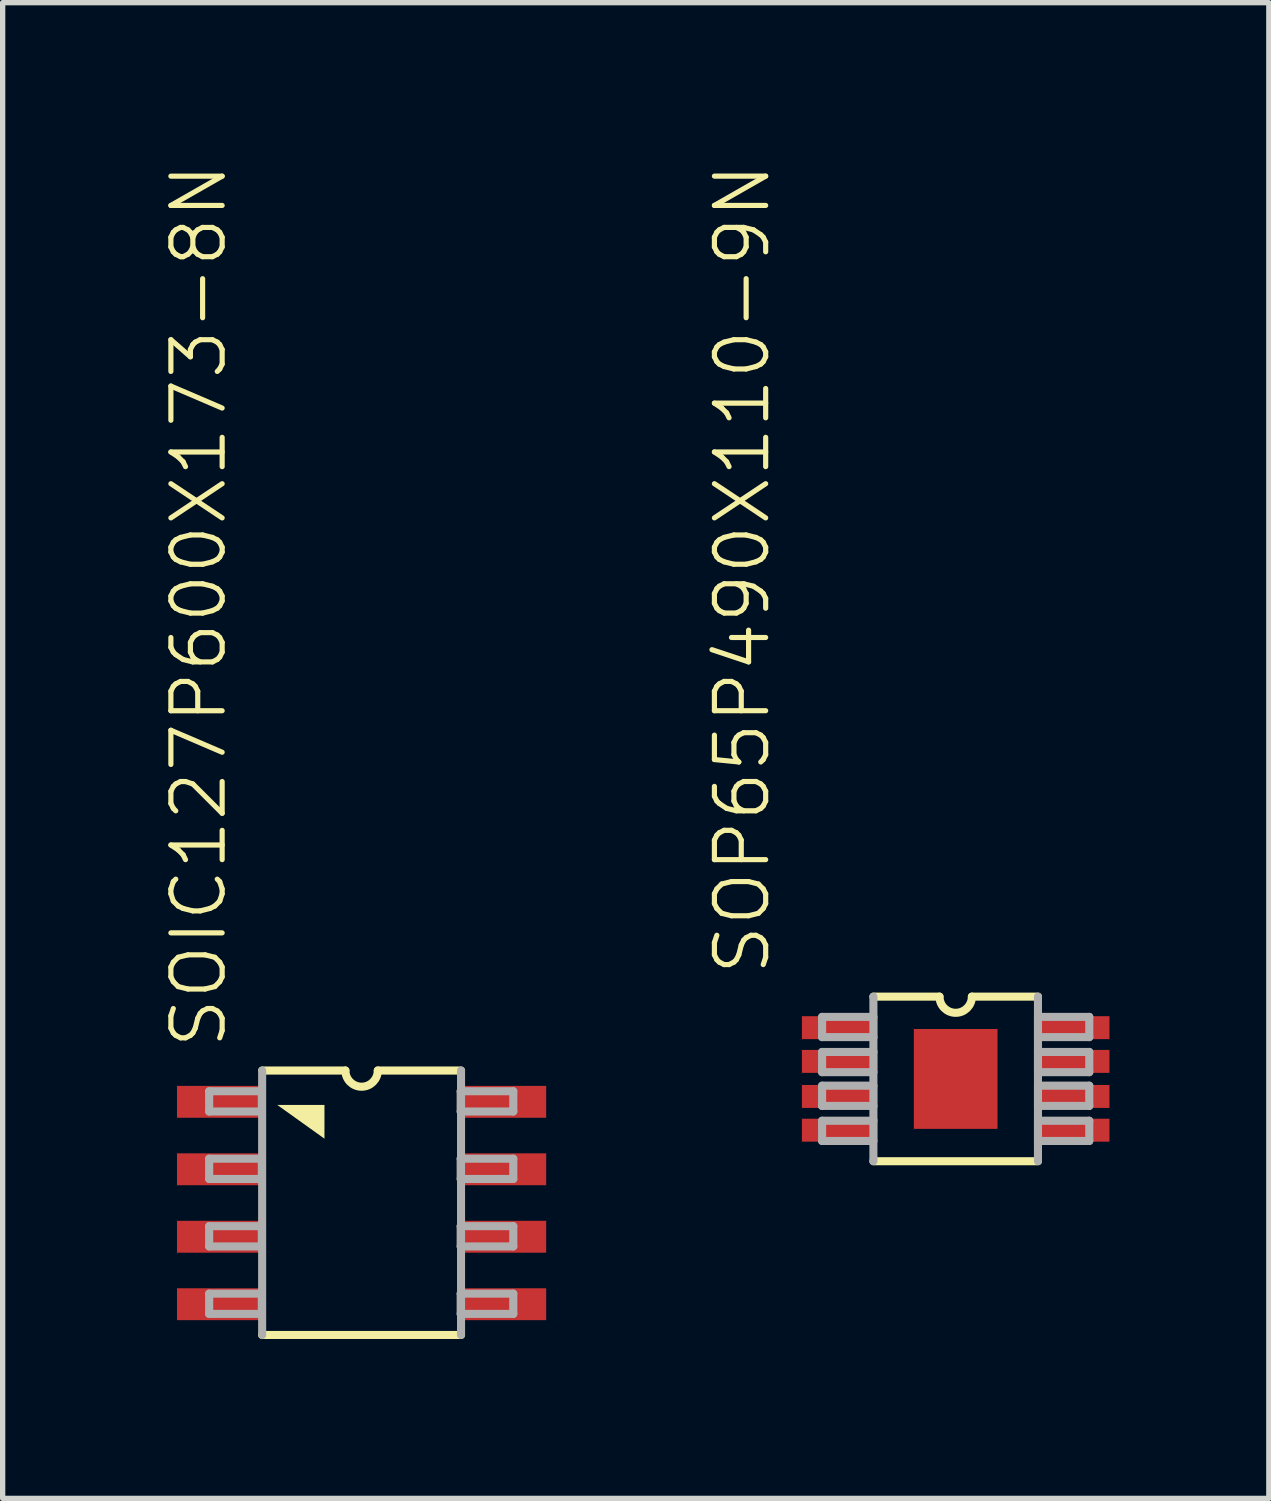
<source format=kicad_pcb>
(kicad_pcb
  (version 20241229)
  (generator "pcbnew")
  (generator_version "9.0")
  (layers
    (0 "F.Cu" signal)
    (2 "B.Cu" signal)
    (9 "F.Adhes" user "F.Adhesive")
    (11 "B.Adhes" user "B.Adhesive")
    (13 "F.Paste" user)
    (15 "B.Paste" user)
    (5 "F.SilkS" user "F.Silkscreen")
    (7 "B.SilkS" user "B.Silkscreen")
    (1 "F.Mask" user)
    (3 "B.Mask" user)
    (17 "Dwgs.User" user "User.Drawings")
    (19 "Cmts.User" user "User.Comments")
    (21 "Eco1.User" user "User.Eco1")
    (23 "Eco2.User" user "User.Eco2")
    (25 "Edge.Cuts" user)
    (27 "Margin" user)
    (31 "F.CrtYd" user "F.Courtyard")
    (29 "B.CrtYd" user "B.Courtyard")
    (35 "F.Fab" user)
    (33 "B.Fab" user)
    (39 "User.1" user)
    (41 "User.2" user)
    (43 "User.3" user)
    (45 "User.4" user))
  (footprint "SOP65P490X110-9N"
    (layer "F.Cu")
    (at 14.941 17.261)
    (property "Reference" "SOP65P490X110-9N" (at -3.454 -1.905 90) (layer "F.SilkS") (effects (font (size 0.965 0.965) (thickness 0.097)) (justify left bottom)))
    (attr through_hole)
    (fp_line (start -1.549 1.549) (end 1.549 1.549) (stroke (width 0.152) (type solid)) (layer "F.SilkS"))
    (fp_line (start -0.305 -1.549) (end -1.549 -1.549) (stroke (width 0.152) (type solid)) (layer "F.SilkS"))
    (fp_line (start 1.549 -1.549) (end 0.305 -1.549) (stroke (width 0.152) (type solid)) (layer "F.SilkS"))
    (fp_arc (start 0.3048 -1.5494) (mid 0 -1.2446) (end -0.3048 -1.5494) (stroke (width 0.1524) (type solid)) (layer "F.SilkS"))
    (fp_line (start -2.515 -1.168) (end -2.515 -0.787) (stroke (width 0.152) (type solid)) (layer "F.Fab"))
    (fp_line (start -2.515 -0.787) (end -1.549 -0.787) (stroke (width 0.152) (type solid)) (layer "F.Fab"))
    (fp_line (start -2.515 -0.508) (end -2.515 -0.127) (stroke (width 0.152) (type solid)) (layer "F.Fab"))
    (fp_line (start -2.515 -0.127) (end -1.549 -0.127) (stroke (width 0.152) (type solid)) (layer "F.Fab"))
    (fp_line (start -2.515 0.127) (end -2.515 0.508) (stroke (width 0.152) (type solid)) (layer "F.Fab"))
    (fp_line (start -2.515 0.508) (end -1.549 0.508) (stroke (width 0.152) (type solid)) (layer "F.Fab"))
    (fp_line (start -2.515 0.787) (end -2.515 1.168) (stroke (width 0.152) (type solid)) (layer "F.Fab"))
    (fp_line (start -2.515 1.168) (end -1.549 1.168) (stroke (width 0.152) (type solid)) (layer "F.Fab"))
    (fp_line (start -1.549 -1.549) (end -1.549 1.549) (stroke (width 0.152) (type solid)) (layer "F.Fab"))
    (fp_line (start -1.549 -1.168) (end -2.515 -1.168) (stroke (width 0.152) (type solid)) (layer "F.Fab"))
    (fp_line (start -1.549 -0.787) (end -1.549 -1.168) (stroke (width 0.1) (type solid)) (layer "F.Fab"))
    (fp_line (start -1.549 -0.508) (end -2.515 -0.508) (stroke (width 0.152) (type solid)) (layer "F.Fab"))
    (fp_line (start -1.549 -0.127) (end -1.549 -0.508) (stroke (width 0.1) (type solid)) (layer "F.Fab"))
    (fp_line (start -1.549 0.127) (end -2.515 0.127) (stroke (width 0.152) (type solid)) (layer "F.Fab"))
    (fp_line (start -1.549 0.508) (end -1.549 0.127) (stroke (width 0.1) (type solid)) (layer "F.Fab"))
    (fp_line (start -1.549 0.787) (end -2.515 0.787) (stroke (width 0.152) (type solid)) (layer "F.Fab"))
    (fp_line (start -1.549 1.168) (end -1.549 0.787) (stroke (width 0.1) (type solid)) (layer "F.Fab"))
    (fp_line (start 1.549 -1.168) (end 1.549 -0.787) (stroke (width 0.1) (type solid)) (layer "F.Fab"))
    (fp_line (start 1.549 -0.787) (end 2.515 -0.787) (stroke (width 0.152) (type solid)) (layer "F.Fab"))
    (fp_line (start 1.549 -0.508) (end 1.549 -0.127) (stroke (width 0.1) (type solid)) (layer "F.Fab"))
    (fp_line (start 1.549 -0.127) (end 2.515 -0.127) (stroke (width 0.152) (type solid)) (layer "F.Fab"))
    (fp_line (start 1.549 0.127) (end 1.549 0.508) (stroke (width 0.1) (type solid)) (layer "F.Fab"))
    (fp_line (start 1.549 0.508) (end 2.515 0.508) (stroke (width 0.152) (type solid)) (layer "F.Fab"))
    (fp_line (start 1.549 0.787) (end 1.549 1.168) (stroke (width 0.1) (type solid)) (layer "F.Fab"))
    (fp_line (start 1.549 1.168) (end 2.515 1.168) (stroke (width 0.152) (type solid)) (layer "F.Fab"))
    (fp_line (start 1.549 1.549) (end 1.549 -1.549) (stroke (width 0.152) (type solid)) (layer "F.Fab"))
    (fp_line (start 2.515 -1.168) (end 1.549 -1.168) (stroke (width 0.152) (type solid)) (layer "F.Fab"))
    (fp_line (start 2.515 -0.787) (end 2.515 -1.168) (stroke (width 0.152) (type solid)) (layer "F.Fab"))
    (fp_line (start 2.515 -0.508) (end 1.549 -0.508) (stroke (width 0.152) (type solid)) (layer "F.Fab"))
    (fp_line (start 2.515 -0.127) (end 2.515 -0.508) (stroke (width 0.152) (type solid)) (layer "F.Fab"))
    (fp_line (start 2.515 0.127) (end 1.549 0.127) (stroke (width 0.152) (type solid)) (layer "F.Fab"))
    (fp_line (start 2.515 0.508) (end 2.515 0.127) (stroke (width 0.152) (type solid)) (layer "F.Fab"))
    (fp_line (start 2.515 0.787) (end 1.549 0.787) (stroke (width 0.152) (type solid)) (layer "F.Fab"))
    (fp_line (start 2.515 1.168) (end 2.515 0.787) (stroke (width 0.152) (type solid)) (layer "F.Fab"))
    (pad "1" smd rect (at -2.184 -0.965) (size 1.422 0.432) (layers "F.Cu" "F.Mask" "F.Paste"))
    (pad "2" smd rect (at -2.184 -0.33) (size 1.422 0.432) (layers "F.Cu" "F.Mask" "F.Paste"))
    (pad "3" smd rect (at -2.184 0.33) (size 1.422 0.432) (layers "F.Cu" "F.Mask" "F.Paste"))
    (pad "4" smd rect (at -2.184 0.965) (size 1.422 0.432) (layers "F.Cu" "F.Mask" "F.Paste"))
    (pad "5" smd rect (at 2.184 0.965) (size 1.422 0.432) (layers "F.Cu" "F.Mask" "F.Paste"))
    (pad "6" smd rect (at 2.184 0.33) (size 1.422 0.432) (layers "F.Cu" "F.Mask" "F.Paste"))
    (pad "7" smd rect (at 2.184 -0.33) (size 1.422 0.432) (layers "F.Cu" "F.Mask" "F.Paste"))
    (pad "8" smd rect (at 2.184 -0.965) (size 1.422 0.432) (layers "F.Cu" "F.Mask" "F.Paste"))
    (pad "TP" smd rect (at 0 0) (size 1.575 1.88) (layers "F.Cu" "F.Mask" "F.Paste")))
  (footprint "SOIC127P600X173-8N"
    (layer "F.Cu")
    (at 3.757 19.592)
    (property "Reference" "SOIC127P600X173-8N" (at -2.502 -2.857 90) (layer "F.SilkS") (effects (font (size 0.965 0.965) (thickness 0.097)) (justify left bottom)))
    (attr through_hole)
    (fp_line (start -1.872 2.489) (end 1.872 2.489) (stroke (width 0.152) (type solid)) (layer "F.SilkS"))
    (fp_line (start -0.305 -2.489) (end -1.872 -2.489) (stroke (width 0.152) (type solid)) (layer "F.SilkS"))
    (fp_line (start 1.872 -2.489) (end 0.305 -2.489) (stroke (width 0.152) (type solid)) (layer "F.SilkS"))
    (fp_arc (start 0.3048 -2.4892) (mid 0 -2.1844) (end -0.3048 -2.4892) (stroke (width 0.1524) (type solid)) (layer "F.SilkS"))
    (fp_poly (pts (xy -1.587 -1.841) (xy -0.699 -1.841) (xy -0.699 -1.206)) (stroke (width 0) (type solid)) (fill yes) (layer "F.SilkS"))
    (fp_line (start -2.869 -2.099) (end -2.869 -1.718) (stroke (width 0.152) (type solid)) (layer "F.Fab"))
    (fp_line (start -2.869 -1.718) (end -1.878 -1.718) (stroke (width 0.152) (type solid)) (layer "F.Fab"))
    (fp_line (start -2.869 -0.829) (end -2.869 -0.448) (stroke (width 0.152) (type solid)) (layer "F.Fab"))
    (fp_line (start -2.869 -0.448) (end -1.878 -0.448) (stroke (width 0.152) (type solid)) (layer "F.Fab"))
    (fp_line (start -2.869 0.441) (end -2.869 0.822) (stroke (width 0.152) (type solid)) (layer "F.Fab"))
    (fp_line (start -2.869 0.822) (end -1.878 0.822) (stroke (width 0.152) (type solid)) (layer "F.Fab"))
    (fp_line (start -2.869 1.711) (end -2.869 2.092) (stroke (width 0.152) (type solid)) (layer "F.Fab"))
    (fp_line (start -2.869 2.092) (end -1.878 2.092) (stroke (width 0.152) (type solid)) (layer "F.Fab"))
    (fp_line (start -1.878 -2.099) (end -2.869 -2.099) (stroke (width 0.152) (type solid)) (layer "F.Fab"))
    (fp_line (start -1.878 -1.718) (end -1.878 -2.099) (stroke (width 0.152) (type solid)) (layer "F.Fab"))
    (fp_line (start -1.878 -0.829) (end -2.869 -0.829) (stroke (width 0.152) (type solid)) (layer "F.Fab"))
    (fp_line (start -1.878 -0.448) (end -1.878 -0.829) (stroke (width 0.152) (type solid)) (layer "F.Fab"))
    (fp_line (start -1.878 0.441) (end -2.869 0.441) (stroke (width 0.152) (type solid)) (layer "F.Fab"))
    (fp_line (start -1.878 0.822) (end -1.878 0.441) (stroke (width 0.152) (type solid)) (layer "F.Fab"))
    (fp_line (start -1.878 1.711) (end -2.869 1.711) (stroke (width 0.152) (type solid)) (layer "F.Fab"))
    (fp_line (start -1.878 2.092) (end -1.878 1.711) (stroke (width 0.152) (type solid)) (layer "F.Fab"))
    (fp_line (start -1.872 2.489) (end -1.872 -2.489) (stroke (width 0.152) (type solid)) (layer "F.Fab"))
    (fp_line (start 1.865 -2.099) (end 1.865 -1.718) (stroke (width 0.152) (type solid)) (layer "F.Fab"))
    (fp_line (start 1.865 -1.718) (end 2.856 -1.718) (stroke (width 0.152) (type solid)) (layer "F.Fab"))
    (fp_line (start 1.865 -0.829) (end 1.865 -0.448) (stroke (width 0.152) (type solid)) (layer "F.Fab"))
    (fp_line (start 1.865 -0.448) (end 2.856 -0.448) (stroke (width 0.152) (type solid)) (layer "F.Fab"))
    (fp_line (start 1.865 0.441) (end 1.865 0.822) (stroke (width 0.152) (type solid)) (layer "F.Fab"))
    (fp_line (start 1.865 0.822) (end 2.856 0.822) (stroke (width 0.152) (type solid)) (layer "F.Fab"))
    (fp_line (start 1.865 1.711) (end 1.865 2.092) (stroke (width 0.152) (type solid)) (layer "F.Fab"))
    (fp_line (start 1.865 2.092) (end 2.856 2.092) (stroke (width 0.152) (type solid)) (layer "F.Fab"))
    (fp_line (start 1.872 2.489) (end 1.872 -2.489) (stroke (width 0.152) (type solid)) (layer "F.Fab"))
    (fp_line (start 2.856 -2.099) (end 1.865 -2.099) (stroke (width 0.152) (type solid)) (layer "F.Fab"))
    (fp_line (start 2.856 -1.718) (end 2.856 -2.099) (stroke (width 0.152) (type solid)) (layer "F.Fab"))
    (fp_line (start 2.856 -0.829) (end 1.865 -0.829) (stroke (width 0.152) (type solid)) (layer "F.Fab"))
    (fp_line (start 2.856 -0.448) (end 2.856 -0.829) (stroke (width 0.152) (type solid)) (layer "F.Fab"))
    (fp_line (start 2.856 0.441) (end 1.865 0.441) (stroke (width 0.152) (type solid)) (layer "F.Fab"))
    (fp_line (start 2.856 0.822) (end 2.856 0.441) (stroke (width 0.152) (type solid)) (layer "F.Fab"))
    (fp_line (start 2.856 1.711) (end 1.865 1.711) (stroke (width 0.152) (type solid)) (layer "F.Fab"))
    (fp_line (start 2.856 2.092) (end 2.856 1.711) (stroke (width 0.152) (type solid)) (layer "F.Fab"))
    (pad "1" smd rect (at -2.7 -1.9) (size 1.55 0.6) (layers "F.Cu" "F.Mask" "F.Paste"))
    (pad "2" smd rect (at -2.7 -0.63) (size 1.55 0.6) (layers "F.Cu" "F.Mask" "F.Paste"))
    (pad "3" smd rect (at -2.7 0.64) (size 1.55 0.6) (layers "F.Cu" "F.Mask" "F.Paste"))
    (pad "4" smd rect (at -2.7 1.91) (size 1.55 0.6) (layers "F.Cu" "F.Mask" "F.Paste"))
    (pad "5" smd rect (at 2.7 1.91) (size 1.55 0.6) (layers "F.Cu" "F.Mask" "F.Paste"))
    (pad "6" smd rect (at 2.7 0.64) (size 1.55 0.6) (layers "F.Cu" "F.Mask" "F.Paste"))
    (pad "7" smd rect (at 2.7 -0.63) (size 1.55 0.6) (layers "F.Cu" "F.Mask" "F.Paste"))
    (pad "8" smd rect (at 2.7 -1.9) (size 1.55 0.6) (layers "F.Cu" "F.Mask" "F.Paste")))
  (gr_rect
    (start -3 -3)
    (end 20.836 25.158)
    (stroke (width 0.1) (type default))
    (fill no)
    (layer "Edge.Cuts")))
</source>
